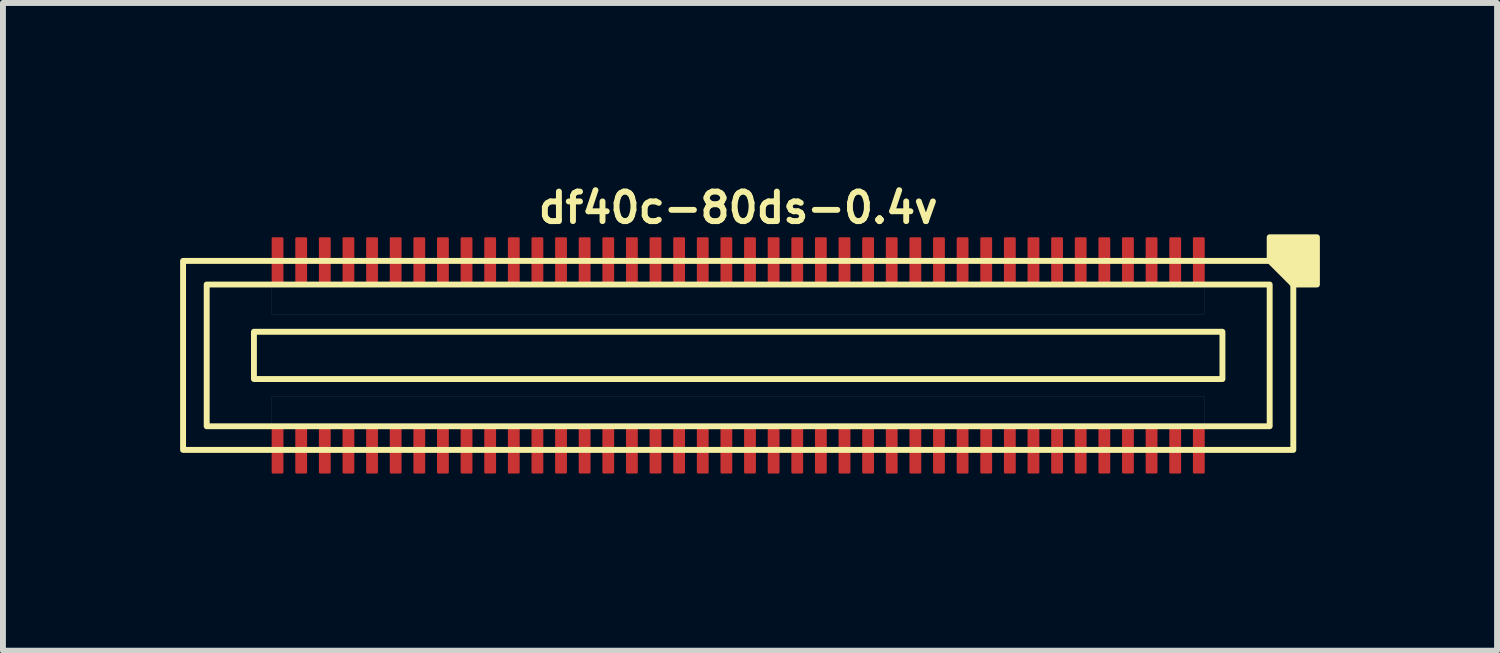
<source format=kicad_pcb>
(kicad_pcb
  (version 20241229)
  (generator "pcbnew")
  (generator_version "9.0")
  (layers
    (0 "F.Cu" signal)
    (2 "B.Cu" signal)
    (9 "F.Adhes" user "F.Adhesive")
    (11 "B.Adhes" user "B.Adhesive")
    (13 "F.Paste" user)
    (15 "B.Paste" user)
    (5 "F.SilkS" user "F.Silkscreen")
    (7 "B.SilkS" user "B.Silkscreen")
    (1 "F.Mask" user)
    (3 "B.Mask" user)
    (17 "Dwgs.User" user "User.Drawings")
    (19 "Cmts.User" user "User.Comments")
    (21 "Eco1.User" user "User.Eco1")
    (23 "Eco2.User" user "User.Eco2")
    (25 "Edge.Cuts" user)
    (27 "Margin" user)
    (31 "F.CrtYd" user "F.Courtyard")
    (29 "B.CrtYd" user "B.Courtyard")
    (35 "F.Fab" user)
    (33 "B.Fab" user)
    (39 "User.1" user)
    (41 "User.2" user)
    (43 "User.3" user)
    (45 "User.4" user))
  (footprint "df40c-80ds-0.4v"
    (layer "F.Cu")
    (at 9.45 2.968)
    (property "Reference" "df40c-80ds-0.4v" (at 0 -2.5 180) (layer "F.SilkS") (effects (font (size 0.5 0.5) (thickness 0.1))))
    (attr smd)
    (fp_rect (start -8.2 -0.4) (end 8.2 0.4) (stroke (width 0.1) (type default)) (fill no) (layer "F.SilkS"))
    (fp_rect (start 9 -1.2) (end -9 1.2) (stroke (width 0.1) (type default)) (fill no) (layer "F.SilkS"))
    (fp_rect (start 9.4 -1.6) (end -9.4 1.6) (stroke (width 0.1) (type default)) (fill no) (layer "F.SilkS"))
    (fp_poly (pts (xy 9 -1.6) (xy 9 -2) (xy 9.8 -2) (xy 9.8 -1.2) (xy 9.4 -1.2)) (stroke (width 0.1) (type solid)) (fill yes) (layer "F.SilkS"))
    (fp_poly (pts (xy -7.9 -1.2) (xy 7.9 -1.2) (xy 7.9 -0.7) (xy -7.9 -0.7)) (stroke (width 0.001) (type solid)) (fill no) (layer "Dwgs.User"))
    (fp_poly (pts (xy -7.9 0.7) (xy 7.9 0.7) (xy 7.9 1.2) (xy -7.9 1.2)) (stroke (width 0.001) (type solid)) (fill no) (layer "Dwgs.User"))
    (pad "1" smd roundrect (at 7.8 -1.6) (size 0.2 0.8) (layers "F.Cu" "F.Mask" "F.Paste") (roundrect_rratio 0.1))
    (pad "2" smd roundrect (at 7.8 1.6) (size 0.2 0.8) (layers "F.Cu" "F.Mask" "F.Paste") (roundrect_rratio 0.1))
    (pad "3" smd roundrect (at 7.4 -1.6) (size 0.2 0.8) (layers "F.Cu" "F.Mask" "F.Paste") (roundrect_rratio 0.1))
    (pad "4" smd roundrect (at 7.4 1.6) (size 0.2 0.8) (layers "F.Cu" "F.Mask" "F.Paste") (roundrect_rratio 0.1))
    (pad "5" smd roundrect (at 7 -1.6) (size 0.2 0.8) (layers "F.Cu" "F.Mask" "F.Paste") (roundrect_rratio 0.1))
    (pad "6" smd roundrect (at 7 1.6) (size 0.2 0.8) (layers "F.Cu" "F.Mask" "F.Paste") (roundrect_rratio 0.1))
    (pad "7" smd roundrect (at 6.6 -1.6) (size 0.2 0.8) (layers "F.Cu" "F.Mask" "F.Paste") (roundrect_rratio 0.1))
    (pad "8" smd roundrect (at 6.6 1.6) (size 0.2 0.8) (layers "F.Cu" "F.Mask" "F.Paste") (roundrect_rratio 0.1))
    (pad "9" smd roundrect (at 6.2 -1.6) (size 0.2 0.8) (layers "F.Cu" "F.Mask" "F.Paste") (roundrect_rratio 0.1))
    (pad "10" smd roundrect (at 6.2 1.6) (size 0.2 0.8) (layers "F.Cu" "F.Mask" "F.Paste") (roundrect_rratio 0.1))
    (pad "11" smd roundrect (at 5.8 -1.6) (size 0.2 0.8) (layers "F.Cu" "F.Mask" "F.Paste") (roundrect_rratio 0.1))
    (pad "12" smd roundrect (at 5.8 1.6) (size 0.2 0.8) (layers "F.Cu" "F.Mask" "F.Paste") (roundrect_rratio 0.1))
    (pad "13" smd roundrect (at 5.4 -1.6) (size 0.2 0.8) (layers "F.Cu" "F.Mask" "F.Paste") (roundrect_rratio 0.1))
    (pad "14" smd roundrect (at 5.4 1.6) (size 0.2 0.8) (layers "F.Cu" "F.Mask" "F.Paste") (roundrect_rratio 0.1))
    (pad "15" smd roundrect (at 5 -1.6) (size 0.2 0.8) (layers "F.Cu" "F.Mask" "F.Paste") (roundrect_rratio 0.1))
    (pad "16" smd roundrect (at 5 1.6) (size 0.2 0.8) (layers "F.Cu" "F.Mask" "F.Paste") (roundrect_rratio 0.1))
    (pad "17" smd roundrect (at 4.6 -1.6) (size 0.2 0.8) (layers "F.Cu" "F.Mask" "F.Paste") (roundrect_rratio 0.1))
    (pad "18" smd roundrect (at 4.6 1.6) (size 0.2 0.8) (layers "F.Cu" "F.Mask" "F.Paste") (roundrect_rratio 0.1))
    (pad "19" smd roundrect (at 4.2 -1.6) (size 0.2 0.8) (layers "F.Cu" "F.Mask" "F.Paste") (roundrect_rratio 0.1))
    (pad "20" smd roundrect (at 4.2 1.6) (size 0.2 0.8) (layers "F.Cu" "F.Mask" "F.Paste") (roundrect_rratio 0.1))
    (pad "21" smd roundrect (at 3.8 -1.6) (size 0.2 0.8) (layers "F.Cu" "F.Mask" "F.Paste") (roundrect_rratio 0.1))
    (pad "22" smd roundrect (at 3.8 1.6) (size 0.2 0.8) (layers "F.Cu" "F.Mask" "F.Paste") (roundrect_rratio 0.1))
    (pad "23" smd roundrect (at 3.4 -1.6) (size 0.2 0.8) (layers "F.Cu" "F.Mask" "F.Paste") (roundrect_rratio 0.1))
    (pad "24" smd roundrect (at 3.4 1.6) (size 0.2 0.8) (layers "F.Cu" "F.Mask" "F.Paste") (roundrect_rratio 0.1))
    (pad "25" smd roundrect (at 3 -1.6) (size 0.2 0.8) (layers "F.Cu" "F.Mask" "F.Paste") (roundrect_rratio 0.1))
    (pad "26" smd roundrect (at 3 1.6) (size 0.2 0.8) (layers "F.Cu" "F.Mask" "F.Paste") (roundrect_rratio 0.1))
    (pad "27" smd roundrect (at 2.6 -1.6) (size 0.2 0.8) (layers "F.Cu" "F.Mask" "F.Paste") (roundrect_rratio 0.1))
    (pad "28" smd roundrect (at 2.6 1.6) (size 0.2 0.8) (layers "F.Cu" "F.Mask" "F.Paste") (roundrect_rratio 0.1))
    (pad "29" smd roundrect (at 2.2 -1.6) (size 0.2 0.8) (layers "F.Cu" "F.Mask" "F.Paste") (roundrect_rratio 0.1))
    (pad "30" smd roundrect (at 2.2 1.6) (size 0.2 0.8) (layers "F.Cu" "F.Mask" "F.Paste") (roundrect_rratio 0.1))
    (pad "31" smd roundrect (at 1.8 -1.6) (size 0.2 0.8) (layers "F.Cu" "F.Mask" "F.Paste") (roundrect_rratio 0.1))
    (pad "32" smd roundrect (at 1.8 1.6) (size 0.2 0.8) (layers "F.Cu" "F.Mask" "F.Paste") (roundrect_rratio 0.1))
    (pad "33" smd roundrect (at 1.4 -1.6) (size 0.2 0.8) (layers "F.Cu" "F.Mask" "F.Paste") (roundrect_rratio 0.1))
    (pad "34" smd roundrect (at 1.4 1.6) (size 0.2 0.8) (layers "F.Cu" "F.Mask" "F.Paste") (roundrect_rratio 0.1))
    (pad "35" smd roundrect (at 1 -1.6) (size 0.2 0.8) (layers "F.Cu" "F.Mask" "F.Paste") (roundrect_rratio 0.1))
    (pad "36" smd roundrect (at 1 1.6) (size 0.2 0.8) (layers "F.Cu" "F.Mask" "F.Paste") (roundrect_rratio 0.1))
    (pad "37" smd roundrect (at 0.6 -1.6) (size 0.2 0.8) (layers "F.Cu" "F.Mask" "F.Paste") (roundrect_rratio 0.1))
    (pad "38" smd roundrect (at 0.6 1.6) (size 0.2 0.8) (layers "F.Cu" "F.Mask" "F.Paste") (roundrect_rratio 0.1))
    (pad "39" smd roundrect (at 0.2 -1.6) (size 0.2 0.8) (layers "F.Cu" "F.Mask" "F.Paste") (roundrect_rratio 0.1))
    (pad "40" smd roundrect (at 0.2 1.6) (size 0.2 0.8) (layers "F.Cu" "F.Mask" "F.Paste") (roundrect_rratio 0.1))
    (pad "41" smd roundrect (at -0.2 -1.6) (size 0.2 0.8) (layers "F.Cu" "F.Mask" "F.Paste") (roundrect_rratio 0.1))
    (pad "42" smd roundrect (at -0.2 1.6) (size 0.2 0.8) (layers "F.Cu" "F.Mask" "F.Paste") (roundrect_rratio 0.1))
    (pad "43" smd roundrect (at -0.6 -1.6) (size 0.2 0.8) (layers "F.Cu" "F.Mask" "F.Paste") (roundrect_rratio 0.1))
    (pad "44" smd roundrect (at -0.6 1.6) (size 0.2 0.8) (layers "F.Cu" "F.Mask" "F.Paste") (roundrect_rratio 0.1))
    (pad "45" smd roundrect (at -1 -1.6) (size 0.2 0.8) (layers "F.Cu" "F.Mask" "F.Paste") (roundrect_rratio 0.1))
    (pad "46" smd roundrect (at -1 1.6) (size 0.2 0.8) (layers "F.Cu" "F.Mask" "F.Paste") (roundrect_rratio 0.1))
    (pad "47" smd roundrect (at -1.4 -1.6) (size 0.2 0.8) (layers "F.Cu" "F.Mask" "F.Paste") (roundrect_rratio 0.1))
    (pad "48" smd roundrect (at -1.4 1.6) (size 0.2 0.8) (layers "F.Cu" "F.Mask" "F.Paste") (roundrect_rratio 0.1))
    (pad "49" smd roundrect (at -1.8 -1.6) (size 0.2 0.8) (layers "F.Cu" "F.Mask" "F.Paste") (roundrect_rratio 0.1))
    (pad "50" smd roundrect (at -1.8 1.6) (size 0.2 0.8) (layers "F.Cu" "F.Mask" "F.Paste") (roundrect_rratio 0.1))
    (pad "51" smd roundrect (at -2.2 -1.6) (size 0.2 0.8) (layers "F.Cu" "F.Mask" "F.Paste") (roundrect_rratio 0.1))
    (pad "52" smd roundrect (at -2.2 1.6) (size 0.2 0.8) (layers "F.Cu" "F.Mask" "F.Paste") (roundrect_rratio 0.1))
    (pad "53" smd roundrect (at -2.6 -1.6) (size 0.2 0.8) (layers "F.Cu" "F.Mask" "F.Paste") (roundrect_rratio 0.1))
    (pad "54" smd roundrect (at -2.6 1.6) (size 0.2 0.8) (layers "F.Cu" "F.Mask" "F.Paste") (roundrect_rratio 0.1))
    (pad "55" smd roundrect (at -3 -1.6) (size 0.2 0.8) (layers "F.Cu" "F.Mask" "F.Paste") (roundrect_rratio 0.1))
    (pad "56" smd roundrect (at -3 1.6) (size 0.2 0.8) (layers "F.Cu" "F.Mask" "F.Paste") (roundrect_rratio 0.1))
    (pad "57" smd roundrect (at -3.4 -1.6) (size 0.2 0.8) (layers "F.Cu" "F.Mask" "F.Paste") (roundrect_rratio 0.1))
    (pad "58" smd roundrect (at -3.4 1.6) (size 0.2 0.8) (layers "F.Cu" "F.Mask" "F.Paste") (roundrect_rratio 0.1))
    (pad "59" smd roundrect (at -3.8 -1.6) (size 0.2 0.8) (layers "F.Cu" "F.Mask" "F.Paste") (roundrect_rratio 0.1))
    (pad "60" smd roundrect (at -3.8 1.6) (size 0.2 0.8) (layers "F.Cu" "F.Mask" "F.Paste") (roundrect_rratio 0.1))
    (pad "61" smd roundrect (at -4.2 -1.6) (size 0.2 0.8) (layers "F.Cu" "F.Mask" "F.Paste") (roundrect_rratio 0.1))
    (pad "62" smd roundrect (at -4.2 1.6) (size 0.2 0.8) (layers "F.Cu" "F.Mask" "F.Paste") (roundrect_rratio 0.1))
    (pad "63" smd roundrect (at -4.6 -1.6) (size 0.2 0.8) (layers "F.Cu" "F.Mask" "F.Paste") (roundrect_rratio 0.1))
    (pad "64" smd roundrect (at -4.6 1.6) (size 0.2 0.8) (layers "F.Cu" "F.Mask" "F.Paste") (roundrect_rratio 0.1))
    (pad "65" smd roundrect (at -5 -1.6) (size 0.2 0.8) (layers "F.Cu" "F.Mask" "F.Paste") (roundrect_rratio 0.1))
    (pad "66" smd roundrect (at -5 1.6) (size 0.2 0.8) (layers "F.Cu" "F.Mask" "F.Paste") (roundrect_rratio 0.1))
    (pad "67" smd roundrect (at -5.4 -1.6) (size 0.2 0.8) (layers "F.Cu" "F.Mask" "F.Paste") (roundrect_rratio 0.1))
    (pad "68" smd roundrect (at -5.4 1.6) (size 0.2 0.8) (layers "F.Cu" "F.Mask" "F.Paste") (roundrect_rratio 0.1))
    (pad "69" smd roundrect (at -5.8 -1.6) (size 0.2 0.8) (layers "F.Cu" "F.Mask" "F.Paste") (roundrect_rratio 0.1))
    (pad "70" smd roundrect (at -5.8 1.6) (size 0.2 0.8) (layers "F.Cu" "F.Mask" "F.Paste") (roundrect_rratio 0.1))
    (pad "71" smd roundrect (at -6.2 -1.6) (size 0.2 0.8) (layers "F.Cu" "F.Mask" "F.Paste") (roundrect_rratio 0.1))
    (pad "72" smd roundrect (at -6.2 1.6) (size 0.2 0.8) (layers "F.Cu" "F.Mask" "F.Paste") (roundrect_rratio 0.1))
    (pad "73" smd roundrect (at -6.6 -1.6) (size 0.2 0.8) (layers "F.Cu" "F.Mask" "F.Paste") (roundrect_rratio 0.1))
    (pad "74" smd roundrect (at -6.6 1.6) (size 0.2 0.8) (layers "F.Cu" "F.Mask" "F.Paste") (roundrect_rratio 0.1))
    (pad "75" smd roundrect (at -7 -1.6) (size 0.2 0.8) (layers "F.Cu" "F.Mask" "F.Paste") (roundrect_rratio 0.1))
    (pad "76" smd roundrect (at -7 1.6) (size 0.2 0.8) (layers "F.Cu" "F.Mask" "F.Paste") (roundrect_rratio 0.1))
    (pad "77" smd roundrect (at -7.4 -1.6) (size 0.2 0.8) (layers "F.Cu" "F.Mask" "F.Paste") (roundrect_rratio 0.1))
    (pad "78" smd roundrect (at -7.4 1.6) (size 0.2 0.8) (layers "F.Cu" "F.Mask" "F.Paste") (roundrect_rratio 0.1))
    (pad "79" smd roundrect (at -7.8 -1.6) (size 0.2 0.8) (layers "F.Cu" "F.Mask" "F.Paste") (roundrect_rratio 0.1))
    (pad "80" smd roundrect (at -7.8 1.6) (size 0.2 0.8) (layers "F.Cu" "F.Mask" "F.Paste") (roundrect_rratio 0.1)))
  (gr_rect
    (start -3 -3)
    (end 22.3 7.968)
    (stroke (width 0.1) (type default))
    (fill no)
    (layer "Edge.Cuts")))
</source>
